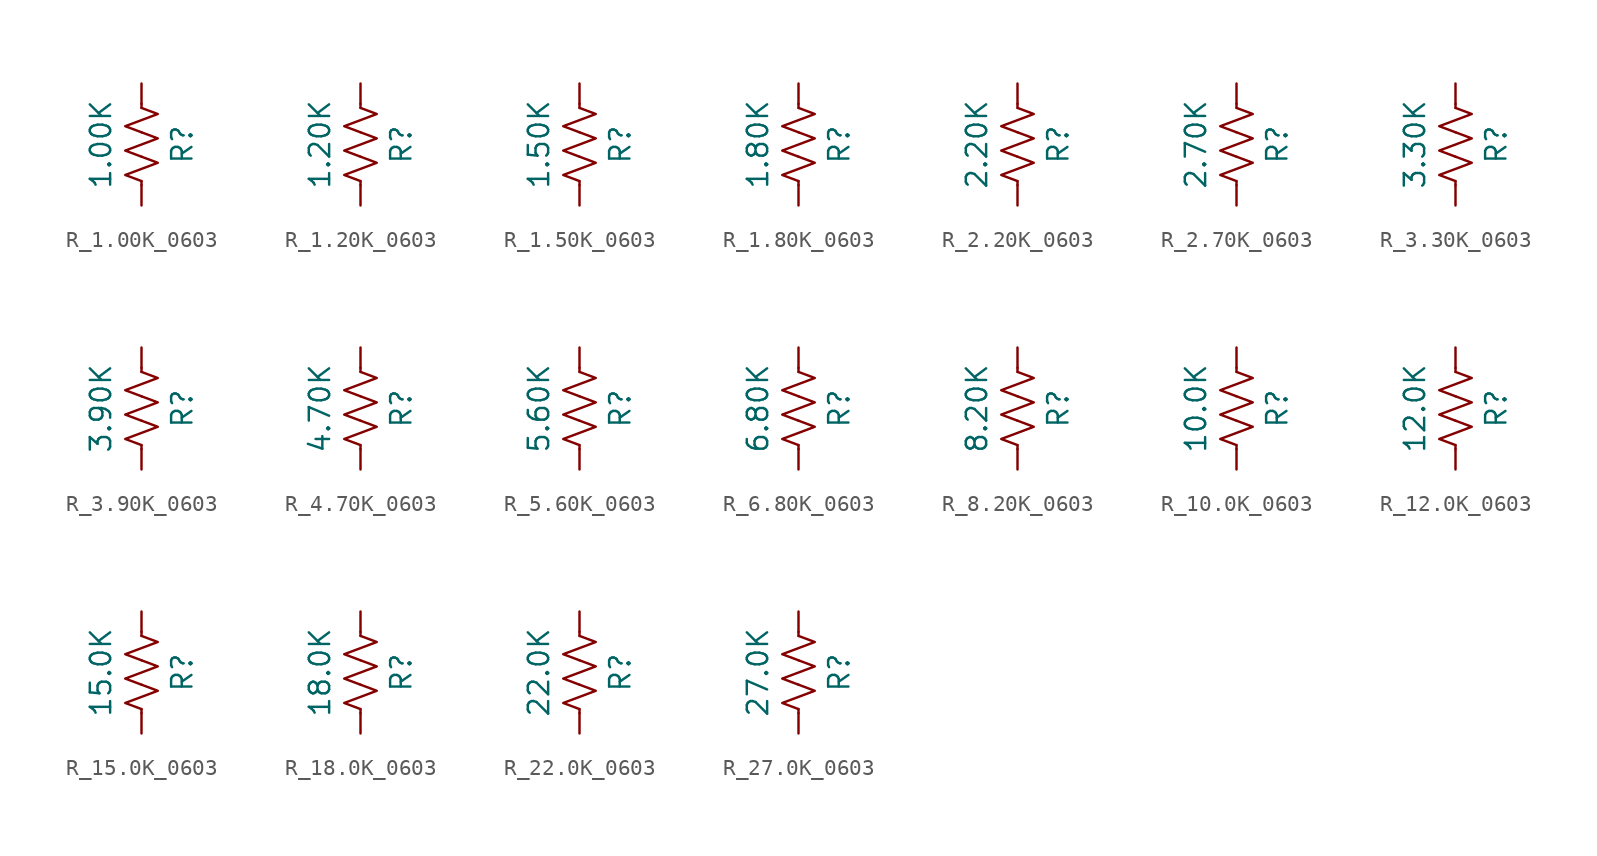
<source format=kicad_sym>
(kicad_symbol_lib
  (version 20241209)
  (generator "kicad_symbol_editor")
  (generator_version "9.0")
  (symbol "R_1.00K_0603"
    (pin_numbers
      (hide yes))
    (pin_names
      (offset 0))
    (property "Reference" "R"
      (at 2.54 0 90)
      (effects (font (size 1.27 1.27))))
    (property "Value" "1.00K"
      (at -2.54 0 90)
      (effects (font (size 1.27 1.27))))
    (symbol "R_1.00K_0603_0_1"
      (polyline (pts (xy 0 2.286) (xy 0 2.54)) (stroke (width 0) (type default)) (fill (type none)))
      (polyline (pts (xy 0 2.286) (xy 1.016 1.905) (xy 0 1.524) (xy -1.016 1.143) (xy 0 0.762)) (stroke (width 0) (type default)) (fill (type none)))
      (polyline (pts (xy 0 0.762) (xy 1.016 0.381) (xy 0 0) (xy -1.016 -0.381) (xy 0 -0.762)) (stroke (width 0) (type default)) (fill (type none)))
      (polyline (pts (xy 0 -0.762) (xy 1.016 -1.143) (xy 0 -1.524) (xy -1.016 -1.905) (xy 0 -2.286)) (stroke (width 0) (type default)) (fill (type none)))
      (polyline (pts (xy 0 -2.286) (xy 0 -2.54)) (stroke (width 0) (type default)) (fill (type none))))
    (symbol "R_1.00K_0603_1_1"
      (pin passive line (at 0 3.81 270) (length 1.27) (name "~" (effects (font (size 1.27 1.27)))) (number "1" (effects (font (size 1.27 1.27)))))
      (pin passive line (at 0 -3.81 90) (length 1.27) (name "~" (effects (font (size 1.27 1.27)))) (number "2" (effects (font (size 1.27 1.27)))))))
  (symbol "R_1.20K_0603"
    (pin_numbers
      (hide yes))
    (pin_names
      (offset 0))
    (property "Reference" "R"
      (at 2.54 0 90)
      (effects (font (size 1.27 1.27))))
    (property "Value" "1.20K"
      (at -2.54 0 90)
      (effects (font (size 1.27 1.27))))
    (symbol "R_1.20K_0603_0_1"
      (polyline (pts (xy 0 2.286) (xy 0 2.54)) (stroke (width 0) (type default)) (fill (type none)))
      (polyline (pts (xy 0 2.286) (xy 1.016 1.905) (xy 0 1.524) (xy -1.016 1.143) (xy 0 0.762)) (stroke (width 0) (type default)) (fill (type none)))
      (polyline (pts (xy 0 0.762) (xy 1.016 0.381) (xy 0 0) (xy -1.016 -0.381) (xy 0 -0.762)) (stroke (width 0) (type default)) (fill (type none)))
      (polyline (pts (xy 0 -0.762) (xy 1.016 -1.143) (xy 0 -1.524) (xy -1.016 -1.905) (xy 0 -2.286)) (stroke (width 0) (type default)) (fill (type none)))
      (polyline (pts (xy 0 -2.286) (xy 0 -2.54)) (stroke (width 0) (type default)) (fill (type none))))
    (symbol "R_1.20K_0603_1_1"
      (pin passive line (at 0 3.81 270) (length 1.27) (name "~" (effects (font (size 1.27 1.27)))) (number "1" (effects (font (size 1.27 1.27)))))
      (pin passive line (at 0 -3.81 90) (length 1.27) (name "~" (effects (font (size 1.27 1.27)))) (number "2" (effects (font (size 1.27 1.27)))))))
  (symbol "R_1.50K_0603"
    (pin_numbers
      (hide yes))
    (pin_names
      (offset 0))
    (property "Reference" "R"
      (at 2.54 0 90)
      (effects (font (size 1.27 1.27))))
    (property "Value" "1.50K"
      (at -2.54 0 90)
      (effects (font (size 1.27 1.27))))
    (symbol "R_1.50K_0603_0_1"
      (polyline (pts (xy 0 2.286) (xy 0 2.54)) (stroke (width 0) (type default)) (fill (type none)))
      (polyline (pts (xy 0 2.286) (xy 1.016 1.905) (xy 0 1.524) (xy -1.016 1.143) (xy 0 0.762)) (stroke (width 0) (type default)) (fill (type none)))
      (polyline (pts (xy 0 0.762) (xy 1.016 0.381) (xy 0 0) (xy -1.016 -0.381) (xy 0 -0.762)) (stroke (width 0) (type default)) (fill (type none)))
      (polyline (pts (xy 0 -0.762) (xy 1.016 -1.143) (xy 0 -1.524) (xy -1.016 -1.905) (xy 0 -2.286)) (stroke (width 0) (type default)) (fill (type none)))
      (polyline (pts (xy 0 -2.286) (xy 0 -2.54)) (stroke (width 0) (type default)) (fill (type none))))
    (symbol "R_1.50K_0603_1_1"
      (pin passive line (at 0 3.81 270) (length 1.27) (name "~" (effects (font (size 1.27 1.27)))) (number "1" (effects (font (size 1.27 1.27)))))
      (pin passive line (at 0 -3.81 90) (length 1.27) (name "~" (effects (font (size 1.27 1.27)))) (number "2" (effects (font (size 1.27 1.27)))))))
  (symbol "R_1.80K_0603"
    (pin_numbers
      (hide yes))
    (pin_names
      (offset 0))
    (property "Reference" "R"
      (at 2.54 0 90)
      (effects (font (size 1.27 1.27))))
    (property "Value" "1.80K"
      (at -2.54 0 90)
      (effects (font (size 1.27 1.27))))
    (symbol "R_1.80K_0603_0_1"
      (polyline (pts (xy 0 2.286) (xy 0 2.54)) (stroke (width 0) (type default)) (fill (type none)))
      (polyline (pts (xy 0 2.286) (xy 1.016 1.905) (xy 0 1.524) (xy -1.016 1.143) (xy 0 0.762)) (stroke (width 0) (type default)) (fill (type none)))
      (polyline (pts (xy 0 0.762) (xy 1.016 0.381) (xy 0 0) (xy -1.016 -0.381) (xy 0 -0.762)) (stroke (width 0) (type default)) (fill (type none)))
      (polyline (pts (xy 0 -0.762) (xy 1.016 -1.143) (xy 0 -1.524) (xy -1.016 -1.905) (xy 0 -2.286)) (stroke (width 0) (type default)) (fill (type none)))
      (polyline (pts (xy 0 -2.286) (xy 0 -2.54)) (stroke (width 0) (type default)) (fill (type none))))
    (symbol "R_1.80K_0603_1_1"
      (pin passive line (at 0 3.81 270) (length 1.27) (name "~" (effects (font (size 1.27 1.27)))) (number "1" (effects (font (size 1.27 1.27)))))
      (pin passive line (at 0 -3.81 90) (length 1.27) (name "~" (effects (font (size 1.27 1.27)))) (number "2" (effects (font (size 1.27 1.27)))))))
  (symbol "R_2.20K_0603"
    (pin_numbers
      (hide yes))
    (pin_names
      (offset 0))
    (property "Reference" "R"
      (at 2.54 0 90)
      (effects (font (size 1.27 1.27))))
    (property "Value" "2.20K"
      (at -2.54 0 90)
      (effects (font (size 1.27 1.27))))
    (symbol "R_2.20K_0603_0_1"
      (polyline (pts (xy 0 2.286) (xy 0 2.54)) (stroke (width 0) (type default)) (fill (type none)))
      (polyline (pts (xy 0 2.286) (xy 1.016 1.905) (xy 0 1.524) (xy -1.016 1.143) (xy 0 0.762)) (stroke (width 0) (type default)) (fill (type none)))
      (polyline (pts (xy 0 0.762) (xy 1.016 0.381) (xy 0 0) (xy -1.016 -0.381) (xy 0 -0.762)) (stroke (width 0) (type default)) (fill (type none)))
      (polyline (pts (xy 0 -0.762) (xy 1.016 -1.143) (xy 0 -1.524) (xy -1.016 -1.905) (xy 0 -2.286)) (stroke (width 0) (type default)) (fill (type none)))
      (polyline (pts (xy 0 -2.286) (xy 0 -2.54)) (stroke (width 0) (type default)) (fill (type none))))
    (symbol "R_2.20K_0603_1_1"
      (pin passive line (at 0 3.81 270) (length 1.27) (name "~" (effects (font (size 1.27 1.27)))) (number "1" (effects (font (size 1.27 1.27)))))
      (pin passive line (at 0 -3.81 90) (length 1.27) (name "~" (effects (font (size 1.27 1.27)))) (number "2" (effects (font (size 1.27 1.27)))))))
  (symbol "R_2.70K_0603"
    (pin_numbers
      (hide yes))
    (pin_names
      (offset 0))
    (property "Reference" "R"
      (at 2.54 0 90)
      (effects (font (size 1.27 1.27))))
    (property "Value" "2.70K"
      (at -2.54 0 90)
      (effects (font (size 1.27 1.27))))
    (symbol "R_2.70K_0603_0_1"
      (polyline (pts (xy 0 2.286) (xy 0 2.54)) (stroke (width 0) (type default)) (fill (type none)))
      (polyline (pts (xy 0 2.286) (xy 1.016 1.905) (xy 0 1.524) (xy -1.016 1.143) (xy 0 0.762)) (stroke (width 0) (type default)) (fill (type none)))
      (polyline (pts (xy 0 0.762) (xy 1.016 0.381) (xy 0 0) (xy -1.016 -0.381) (xy 0 -0.762)) (stroke (width 0) (type default)) (fill (type none)))
      (polyline (pts (xy 0 -0.762) (xy 1.016 -1.143) (xy 0 -1.524) (xy -1.016 -1.905) (xy 0 -2.286)) (stroke (width 0) (type default)) (fill (type none)))
      (polyline (pts (xy 0 -2.286) (xy 0 -2.54)) (stroke (width 0) (type default)) (fill (type none))))
    (symbol "R_2.70K_0603_1_1"
      (pin passive line (at 0 3.81 270) (length 1.27) (name "~" (effects (font (size 1.27 1.27)))) (number "1" (effects (font (size 1.27 1.27)))))
      (pin passive line (at 0 -3.81 90) (length 1.27) (name "~" (effects (font (size 1.27 1.27)))) (number "2" (effects (font (size 1.27 1.27)))))))
  (symbol "R_3.30K_0603"
    (pin_numbers
      (hide yes))
    (pin_names
      (offset 0))
    (property "Reference" "R"
      (at 2.54 0 90)
      (effects (font (size 1.27 1.27))))
    (property "Value" "3.30K"
      (at -2.54 0 90)
      (effects (font (size 1.27 1.27))))
    (symbol "R_3.30K_0603_0_1"
      (polyline (pts (xy 0 2.286) (xy 0 2.54)) (stroke (width 0) (type default)) (fill (type none)))
      (polyline (pts (xy 0 2.286) (xy 1.016 1.905) (xy 0 1.524) (xy -1.016 1.143) (xy 0 0.762)) (stroke (width 0) (type default)) (fill (type none)))
      (polyline (pts (xy 0 0.762) (xy 1.016 0.381) (xy 0 0) (xy -1.016 -0.381) (xy 0 -0.762)) (stroke (width 0) (type default)) (fill (type none)))
      (polyline (pts (xy 0 -0.762) (xy 1.016 -1.143) (xy 0 -1.524) (xy -1.016 -1.905) (xy 0 -2.286)) (stroke (width 0) (type default)) (fill (type none)))
      (polyline (pts (xy 0 -2.286) (xy 0 -2.54)) (stroke (width 0) (type default)) (fill (type none))))
    (symbol "R_3.30K_0603_1_1"
      (pin passive line (at 0 3.81 270) (length 1.27) (name "~" (effects (font (size 1.27 1.27)))) (number "1" (effects (font (size 1.27 1.27)))))
      (pin passive line (at 0 -3.81 90) (length 1.27) (name "~" (effects (font (size 1.27 1.27)))) (number "2" (effects (font (size 1.27 1.27)))))))
  (symbol "R_3.90K_0603"
    (pin_numbers
      (hide yes))
    (pin_names
      (offset 0))
    (property "Reference" "R"
      (at 2.54 0 90)
      (effects (font (size 1.27 1.27))))
    (property "Value" "3.90K"
      (at -2.54 0 90)
      (effects (font (size 1.27 1.27))))
    (symbol "R_3.90K_0603_0_1"
      (polyline (pts (xy 0 2.286) (xy 0 2.54)) (stroke (width 0) (type default)) (fill (type none)))
      (polyline (pts (xy 0 2.286) (xy 1.016 1.905) (xy 0 1.524) (xy -1.016 1.143) (xy 0 0.762)) (stroke (width 0) (type default)) (fill (type none)))
      (polyline (pts (xy 0 0.762) (xy 1.016 0.381) (xy 0 0) (xy -1.016 -0.381) (xy 0 -0.762)) (stroke (width 0) (type default)) (fill (type none)))
      (polyline (pts (xy 0 -0.762) (xy 1.016 -1.143) (xy 0 -1.524) (xy -1.016 -1.905) (xy 0 -2.286)) (stroke (width 0) (type default)) (fill (type none)))
      (polyline (pts (xy 0 -2.286) (xy 0 -2.54)) (stroke (width 0) (type default)) (fill (type none))))
    (symbol "R_3.90K_0603_1_1"
      (pin passive line (at 0 3.81 270) (length 1.27) (name "~" (effects (font (size 1.27 1.27)))) (number "1" (effects (font (size 1.27 1.27)))))
      (pin passive line (at 0 -3.81 90) (length 1.27) (name "~" (effects (font (size 1.27 1.27)))) (number "2" (effects (font (size 1.27 1.27)))))))
  (symbol "R_4.70K_0603"
    (pin_numbers
      (hide yes))
    (pin_names
      (offset 0))
    (property "Reference" "R"
      (at 2.54 0 90)
      (effects (font (size 1.27 1.27))))
    (property "Value" "4.70K"
      (at -2.54 0 90)
      (effects (font (size 1.27 1.27))))
    (symbol "R_4.70K_0603_0_1"
      (polyline (pts (xy 0 2.286) (xy 0 2.54)) (stroke (width 0) (type default)) (fill (type none)))
      (polyline (pts (xy 0 2.286) (xy 1.016 1.905) (xy 0 1.524) (xy -1.016 1.143) (xy 0 0.762)) (stroke (width 0) (type default)) (fill (type none)))
      (polyline (pts (xy 0 0.762) (xy 1.016 0.381) (xy 0 0) (xy -1.016 -0.381) (xy 0 -0.762)) (stroke (width 0) (type default)) (fill (type none)))
      (polyline (pts (xy 0 -0.762) (xy 1.016 -1.143) (xy 0 -1.524) (xy -1.016 -1.905) (xy 0 -2.286)) (stroke (width 0) (type default)) (fill (type none)))
      (polyline (pts (xy 0 -2.286) (xy 0 -2.54)) (stroke (width 0) (type default)) (fill (type none))))
    (symbol "R_4.70K_0603_1_1"
      (pin passive line (at 0 3.81 270) (length 1.27) (name "~" (effects (font (size 1.27 1.27)))) (number "1" (effects (font (size 1.27 1.27)))))
      (pin passive line (at 0 -3.81 90) (length 1.27) (name "~" (effects (font (size 1.27 1.27)))) (number "2" (effects (font (size 1.27 1.27)))))))
  (symbol "R_5.60K_0603"
    (pin_numbers
      (hide yes))
    (pin_names
      (offset 0))
    (property "Reference" "R"
      (at 2.54 0 90)
      (effects (font (size 1.27 1.27))))
    (property "Value" "5.60K"
      (at -2.54 0 90)
      (effects (font (size 1.27 1.27))))
    (symbol "R_5.60K_0603_0_1"
      (polyline (pts (xy 0 2.286) (xy 0 2.54)) (stroke (width 0) (type default)) (fill (type none)))
      (polyline (pts (xy 0 2.286) (xy 1.016 1.905) (xy 0 1.524) (xy -1.016 1.143) (xy 0 0.762)) (stroke (width 0) (type default)) (fill (type none)))
      (polyline (pts (xy 0 0.762) (xy 1.016 0.381) (xy 0 0) (xy -1.016 -0.381) (xy 0 -0.762)) (stroke (width 0) (type default)) (fill (type none)))
      (polyline (pts (xy 0 -0.762) (xy 1.016 -1.143) (xy 0 -1.524) (xy -1.016 -1.905) (xy 0 -2.286)) (stroke (width 0) (type default)) (fill (type none)))
      (polyline (pts (xy 0 -2.286) (xy 0 -2.54)) (stroke (width 0) (type default)) (fill (type none))))
    (symbol "R_5.60K_0603_1_1"
      (pin passive line (at 0 3.81 270) (length 1.27) (name "~" (effects (font (size 1.27 1.27)))) (number "1" (effects (font (size 1.27 1.27)))))
      (pin passive line (at 0 -3.81 90) (length 1.27) (name "~" (effects (font (size 1.27 1.27)))) (number "2" (effects (font (size 1.27 1.27)))))))
  (symbol "R_6.80K_0603"
    (pin_numbers
      (hide yes))
    (pin_names
      (offset 0))
    (property "Reference" "R"
      (at 2.54 0 90)
      (effects (font (size 1.27 1.27))))
    (property "Value" "6.80K"
      (at -2.54 0 90)
      (effects (font (size 1.27 1.27))))
    (symbol "R_6.80K_0603_0_1"
      (polyline (pts (xy 0 2.286) (xy 0 2.54)) (stroke (width 0) (type default)) (fill (type none)))
      (polyline (pts (xy 0 2.286) (xy 1.016 1.905) (xy 0 1.524) (xy -1.016 1.143) (xy 0 0.762)) (stroke (width 0) (type default)) (fill (type none)))
      (polyline (pts (xy 0 0.762) (xy 1.016 0.381) (xy 0 0) (xy -1.016 -0.381) (xy 0 -0.762)) (stroke (width 0) (type default)) (fill (type none)))
      (polyline (pts (xy 0 -0.762) (xy 1.016 -1.143) (xy 0 -1.524) (xy -1.016 -1.905) (xy 0 -2.286)) (stroke (width 0) (type default)) (fill (type none)))
      (polyline (pts (xy 0 -2.286) (xy 0 -2.54)) (stroke (width 0) (type default)) (fill (type none))))
    (symbol "R_6.80K_0603_1_1"
      (pin passive line (at 0 3.81 270) (length 1.27) (name "~" (effects (font (size 1.27 1.27)))) (number "1" (effects (font (size 1.27 1.27)))))
      (pin passive line (at 0 -3.81 90) (length 1.27) (name "~" (effects (font (size 1.27 1.27)))) (number "2" (effects (font (size 1.27 1.27)))))))
  (symbol "R_8.20K_0603"
    (pin_numbers
      (hide yes))
    (pin_names
      (offset 0))
    (property "Reference" "R"
      (at 2.54 0 90)
      (effects (font (size 1.27 1.27))))
    (property "Value" "8.20K"
      (at -2.54 0 90)
      (effects (font (size 1.27 1.27))))
    (symbol "R_8.20K_0603_0_1"
      (polyline (pts (xy 0 2.286) (xy 0 2.54)) (stroke (width 0) (type default)) (fill (type none)))
      (polyline (pts (xy 0 2.286) (xy 1.016 1.905) (xy 0 1.524) (xy -1.016 1.143) (xy 0 0.762)) (stroke (width 0) (type default)) (fill (type none)))
      (polyline (pts (xy 0 0.762) (xy 1.016 0.381) (xy 0 0) (xy -1.016 -0.381) (xy 0 -0.762)) (stroke (width 0) (type default)) (fill (type none)))
      (polyline (pts (xy 0 -0.762) (xy 1.016 -1.143) (xy 0 -1.524) (xy -1.016 -1.905) (xy 0 -2.286)) (stroke (width 0) (type default)) (fill (type none)))
      (polyline (pts (xy 0 -2.286) (xy 0 -2.54)) (stroke (width 0) (type default)) (fill (type none))))
    (symbol "R_8.20K_0603_1_1"
      (pin passive line (at 0 3.81 270) (length 1.27) (name "~" (effects (font (size 1.27 1.27)))) (number "1" (effects (font (size 1.27 1.27)))))
      (pin passive line (at 0 -3.81 90) (length 1.27) (name "~" (effects (font (size 1.27 1.27)))) (number "2" (effects (font (size 1.27 1.27)))))))
  (symbol "R_10.0K_0603"
    (pin_numbers
      (hide yes))
    (pin_names
      (offset 0))
    (property "Reference" "R"
      (at 2.54 0 90)
      (effects (font (size 1.27 1.27))))
    (property "Value" "10.0K"
      (at -2.54 0 90)
      (effects (font (size 1.27 1.27))))
    (symbol "R_10.0K_0603_0_1"
      (polyline (pts (xy 0 2.286) (xy 0 2.54)) (stroke (width 0) (type default)) (fill (type none)))
      (polyline (pts (xy 0 2.286) (xy 1.016 1.905) (xy 0 1.524) (xy -1.016 1.143) (xy 0 0.762)) (stroke (width 0) (type default)) (fill (type none)))
      (polyline (pts (xy 0 0.762) (xy 1.016 0.381) (xy 0 0) (xy -1.016 -0.381) (xy 0 -0.762)) (stroke (width 0) (type default)) (fill (type none)))
      (polyline (pts (xy 0 -0.762) (xy 1.016 -1.143) (xy 0 -1.524) (xy -1.016 -1.905) (xy 0 -2.286)) (stroke (width 0) (type default)) (fill (type none)))
      (polyline (pts (xy 0 -2.286) (xy 0 -2.54)) (stroke (width 0) (type default)) (fill (type none))))
    (symbol "R_10.0K_0603_1_1"
      (pin passive line (at 0 3.81 270) (length 1.27) (name "~" (effects (font (size 1.27 1.27)))) (number "1" (effects (font (size 1.27 1.27)))))
      (pin passive line (at 0 -3.81 90) (length 1.27) (name "~" (effects (font (size 1.27 1.27)))) (number "2" (effects (font (size 1.27 1.27)))))))
  (symbol "R_12.0K_0603"
    (pin_numbers
      (hide yes))
    (pin_names
      (offset 0))
    (property "Reference" "R"
      (at 2.54 0 90)
      (effects (font (size 1.27 1.27))))
    (property "Value" "12.0K"
      (at -2.54 0 90)
      (effects (font (size 1.27 1.27))))
    (symbol "R_12.0K_0603_0_1"
      (polyline (pts (xy 0 2.286) (xy 0 2.54)) (stroke (width 0) (type default)) (fill (type none)))
      (polyline (pts (xy 0 2.286) (xy 1.016 1.905) (xy 0 1.524) (xy -1.016 1.143) (xy 0 0.762)) (stroke (width 0) (type default)) (fill (type none)))
      (polyline (pts (xy 0 0.762) (xy 1.016 0.381) (xy 0 0) (xy -1.016 -0.381) (xy 0 -0.762)) (stroke (width 0) (type default)) (fill (type none)))
      (polyline (pts (xy 0 -0.762) (xy 1.016 -1.143) (xy 0 -1.524) (xy -1.016 -1.905) (xy 0 -2.286)) (stroke (width 0) (type default)) (fill (type none)))
      (polyline (pts (xy 0 -2.286) (xy 0 -2.54)) (stroke (width 0) (type default)) (fill (type none))))
    (symbol "R_12.0K_0603_1_1"
      (pin passive line (at 0 3.81 270) (length 1.27) (name "~" (effects (font (size 1.27 1.27)))) (number "1" (effects (font (size 1.27 1.27)))))
      (pin passive line (at 0 -3.81 90) (length 1.27) (name "~" (effects (font (size 1.27 1.27)))) (number "2" (effects (font (size 1.27 1.27)))))))
  (symbol "R_15.0K_0603"
    (pin_numbers
      (hide yes))
    (pin_names
      (offset 0))
    (property "Reference" "R"
      (at 2.54 0 90)
      (effects (font (size 1.27 1.27))))
    (property "Value" "15.0K"
      (at -2.54 0 90)
      (effects (font (size 1.27 1.27))))
    (symbol "R_15.0K_0603_0_1"
      (polyline (pts (xy 0 2.286) (xy 0 2.54)) (stroke (width 0) (type default)) (fill (type none)))
      (polyline (pts (xy 0 2.286) (xy 1.016 1.905) (xy 0 1.524) (xy -1.016 1.143) (xy 0 0.762)) (stroke (width 0) (type default)) (fill (type none)))
      (polyline (pts (xy 0 0.762) (xy 1.016 0.381) (xy 0 0) (xy -1.016 -0.381) (xy 0 -0.762)) (stroke (width 0) (type default)) (fill (type none)))
      (polyline (pts (xy 0 -0.762) (xy 1.016 -1.143) (xy 0 -1.524) (xy -1.016 -1.905) (xy 0 -2.286)) (stroke (width 0) (type default)) (fill (type none)))
      (polyline (pts (xy 0 -2.286) (xy 0 -2.54)) (stroke (width 0) (type default)) (fill (type none))))
    (symbol "R_15.0K_0603_1_1"
      (pin passive line (at 0 3.81 270) (length 1.27) (name "~" (effects (font (size 1.27 1.27)))) (number "1" (effects (font (size 1.27 1.27)))))
      (pin passive line (at 0 -3.81 90) (length 1.27) (name "~" (effects (font (size 1.27 1.27)))) (number "2" (effects (font (size 1.27 1.27)))))))
  (symbol "R_18.0K_0603"
    (pin_numbers
      (hide yes))
    (pin_names
      (offset 0))
    (property "Reference" "R"
      (at 2.54 0 90)
      (effects (font (size 1.27 1.27))))
    (property "Value" "18.0K"
      (at -2.54 0 90)
      (effects (font (size 1.27 1.27))))
    (symbol "R_18.0K_0603_0_1"
      (polyline (pts (xy 0 2.286) (xy 0 2.54)) (stroke (width 0) (type default)) (fill (type none)))
      (polyline (pts (xy 0 2.286) (xy 1.016 1.905) (xy 0 1.524) (xy -1.016 1.143) (xy 0 0.762)) (stroke (width 0) (type default)) (fill (type none)))
      (polyline (pts (xy 0 0.762) (xy 1.016 0.381) (xy 0 0) (xy -1.016 -0.381) (xy 0 -0.762)) (stroke (width 0) (type default)) (fill (type none)))
      (polyline (pts (xy 0 -0.762) (xy 1.016 -1.143) (xy 0 -1.524) (xy -1.016 -1.905) (xy 0 -2.286)) (stroke (width 0) (type default)) (fill (type none)))
      (polyline (pts (xy 0 -2.286) (xy 0 -2.54)) (stroke (width 0) (type default)) (fill (type none))))
    (symbol "R_18.0K_0603_1_1"
      (pin passive line (at 0 3.81 270) (length 1.27) (name "~" (effects (font (size 1.27 1.27)))) (number "1" (effects (font (size 1.27 1.27)))))
      (pin passive line (at 0 -3.81 90) (length 1.27) (name "~" (effects (font (size 1.27 1.27)))) (number "2" (effects (font (size 1.27 1.27)))))))
  (symbol "R_22.0K_0603"
    (pin_numbers
      (hide yes))
    (pin_names
      (offset 0))
    (property "Reference" "R"
      (at 2.54 0 90)
      (effects (font (size 1.27 1.27))))
    (property "Value" "22.0K"
      (at -2.54 0 90)
      (effects (font (size 1.27 1.27))))
    (symbol "R_22.0K_0603_0_1"
      (polyline (pts (xy 0 2.286) (xy 0 2.54)) (stroke (width 0) (type default)) (fill (type none)))
      (polyline (pts (xy 0 2.286) (xy 1.016 1.905) (xy 0 1.524) (xy -1.016 1.143) (xy 0 0.762)) (stroke (width 0) (type default)) (fill (type none)))
      (polyline (pts (xy 0 0.762) (xy 1.016 0.381) (xy 0 0) (xy -1.016 -0.381) (xy 0 -0.762)) (stroke (width 0) (type default)) (fill (type none)))
      (polyline (pts (xy 0 -0.762) (xy 1.016 -1.143) (xy 0 -1.524) (xy -1.016 -1.905) (xy 0 -2.286)) (stroke (width 0) (type default)) (fill (type none)))
      (polyline (pts (xy 0 -2.286) (xy 0 -2.54)) (stroke (width 0) (type default)) (fill (type none))))
    (symbol "R_22.0K_0603_1_1"
      (pin passive line (at 0 3.81 270) (length 1.27) (name "~" (effects (font (size 1.27 1.27)))) (number "1" (effects (font (size 1.27 1.27)))))
      (pin passive line (at 0 -3.81 90) (length 1.27) (name "~" (effects (font (size 1.27 1.27)))) (number "2" (effects (font (size 1.27 1.27)))))))
  (symbol "R_27.0K_0603"
    (pin_numbers
      (hide yes))
    (pin_names
      (offset 0))
    (property "Reference" "R"
      (at 2.54 0 90)
      (effects (font (size 1.27 1.27))))
    (property "Value" "27.0K"
      (at -2.54 0 90)
      (effects (font (size 1.27 1.27))))
    (symbol "R_27.0K_0603_0_1"
      (polyline (pts (xy 0 2.286) (xy 0 2.54)) (stroke (width 0) (type default)) (fill (type none)))
      (polyline (pts (xy 0 2.286) (xy 1.016 1.905) (xy 0 1.524) (xy -1.016 1.143) (xy 0 0.762)) (stroke (width 0) (type default)) (fill (type none)))
      (polyline (pts (xy 0 0.762) (xy 1.016 0.381) (xy 0 0) (xy -1.016 -0.381) (xy 0 -0.762)) (stroke (width 0) (type default)) (fill (type none)))
      (polyline (pts (xy 0 -0.762) (xy 1.016 -1.143) (xy 0 -1.524) (xy -1.016 -1.905) (xy 0 -2.286)) (stroke (width 0) (type default)) (fill (type none)))
      (polyline (pts (xy 0 -2.286) (xy 0 -2.54)) (stroke (width 0) (type default)) (fill (type none))))
    (symbol "R_27.0K_0603_1_1"
      (pin passive line (at 0 3.81 270) (length 1.27) (name "~" (effects (font (size 1.27 1.27)))) (number "1" (effects (font (size 1.27 1.27)))))
      (pin passive line (at 0 -3.81 90) (length 1.27) (name "~" (effects (font (size 1.27 1.27)))) (number "2" (effects (font (size 1.27 1.27))))))))
</source>
